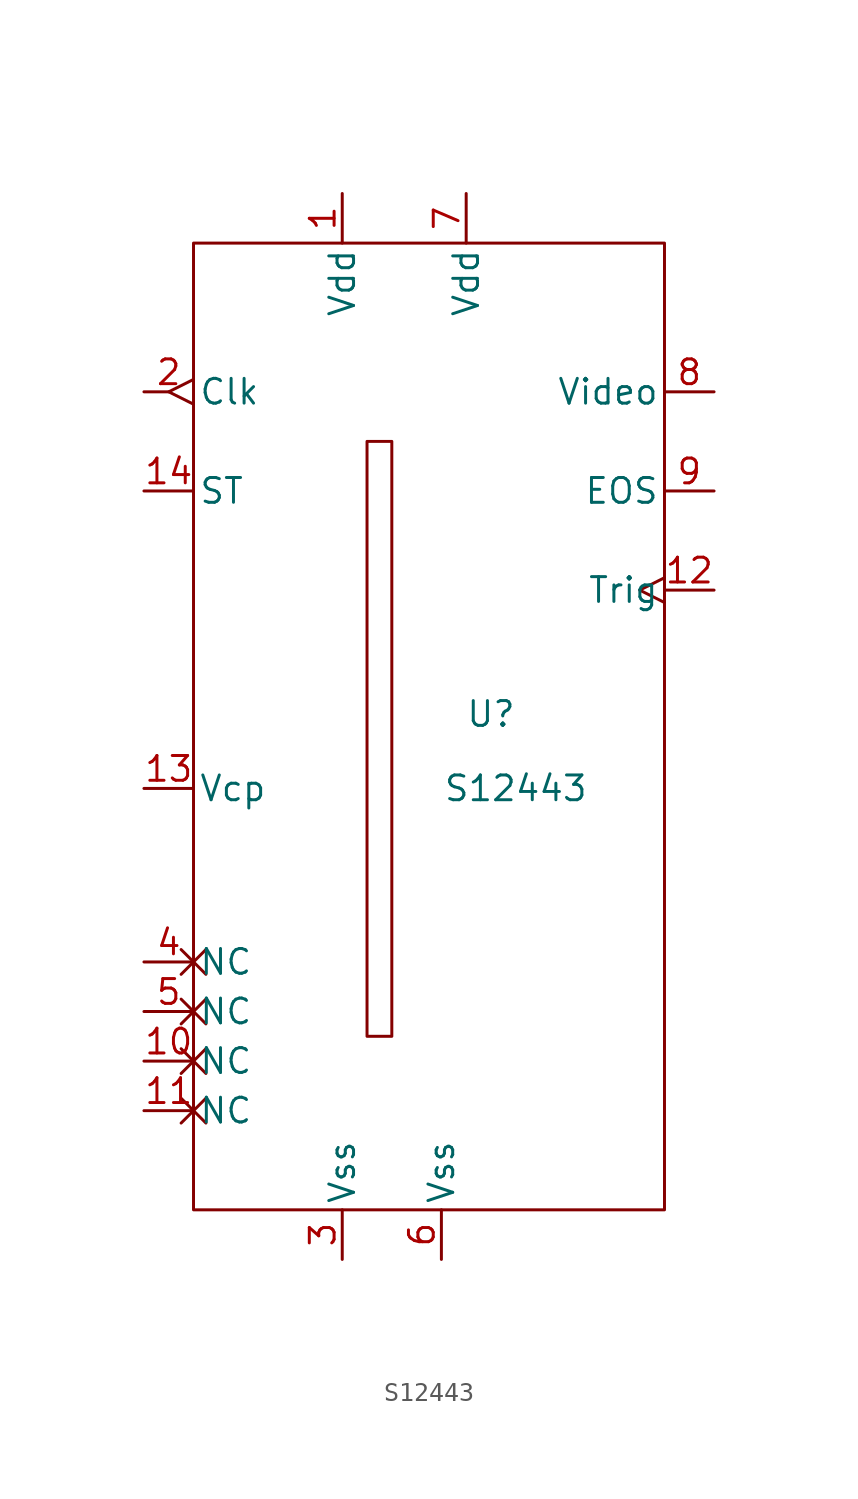
<source format=kicad_sym>
(kicad_symbol_lib
  (version 20211014)
  (generator kicad_symbol_editor)
  (symbol "S12443"
    (pin_names
      (offset 0.254))
    (property "Reference" "U"
      (at 5.08 -29.21 0)
      (effects (font (size 1.27 1.27))))
    (property "Value" "S12443"
      (at 6.35 -33.02 0)
      (effects (font (size 1.27 1.27))))
    (symbol "S12443_0_1"
      (rectangle (start -10.16 -5.08) (end 13.97 -54.61) (stroke (width 0) (type default) (color 0 0 0 0)) (fill (type none)))
      (rectangle (start -1.27 -15.24) (end 0 -45.72) (stroke (width 0) (type default) (color 0 0 0 0)) (fill (type none))))
    (symbol "S12443_1_1"
      (pin power_in line (at -2.54 -2.54 270) (length 2.54) (name "Vdd" (effects (font (size 1.27 1.27)))) (number "1" (effects (font (size 1.27 1.27)))))
      (pin unspecified non_logic (at -12.7 -46.99 0) (length 2.54) (name "NC" (effects (font (size 1.27 1.27)))) (number "10" (effects (font (size 1.27 1.27)))))
      (pin unspecified non_logic (at -12.7 -49.53 0) (length 2.54) (name "NC" (effects (font (size 1.27 1.27)))) (number "11" (effects (font (size 1.27 1.27)))))
      (pin output clock (at 16.51 -22.86 180) (length 2.54) (name "Trig" (effects (font (size 1.27 1.27)))) (number "12" (effects (font (size 1.27 1.27)))))
      (pin bidirectional line (at -12.7 -33.02 0) (length 2.54) (name "Vcp" (effects (font (size 1.27 1.27)))) (number "13" (effects (font (size 1.27 1.27)))))
      (pin input line (at -12.7 -17.78 0) (length 2.54) (name "ST" (effects (font (size 1.27 1.27)))) (number "14" (effects (font (size 1.27 1.27)))))
      (pin input edge_clock_high (at -12.7 -12.7 0) (length 2.54) (name "Clk" (effects (font (size 1.27 1.27)))) (number "2" (effects (font (size 1.27 1.27)))))
      (pin power_out line (at -2.54 -57.15 90) (length 2.54) (name "Vss" (effects (font (size 1.27 1.27)))) (number "3" (effects (font (size 1.27 1.27)))) (alternate "Gnd" power_in line))
      (pin unspecified non_logic (at -12.7 -41.91 0) (length 2.54) (name "NC" (effects (font (size 1.27 1.27)))) (number "4" (effects (font (size 1.27 1.27)))))
      (pin unspecified non_logic (at -12.7 -44.45 0) (length 2.54) (name "NC" (effects (font (size 1.27 1.27)))) (number "5" (effects (font (size 1.27 1.27)))))
      (pin power_out line (at 2.54 -57.15 90) (length 2.54) (name "Vss" (effects (font (size 1.27 1.27)))) (number "6" (effects (font (size 1.27 1.27)))) (alternate "Gnd" power_out line))
      (pin power_in line (at 3.81 -2.54 270) (length 2.54) (name "Vdd" (effects (font (size 1.27 1.27)))) (number "7" (effects (font (size 1.27 1.27)))))
      (pin output line (at 16.51 -12.7 180) (length 2.54) (name "Video" (effects (font (size 1.27 1.27)))) (number "8" (effects (font (size 1.27 1.27)))))
      (pin output line (at 16.51 -17.78 180) (length 2.54) (name "EOS" (effects (font (size 1.27 1.27)))) (number "9" (effects (font (size 1.27 1.27))))))))
</source>
